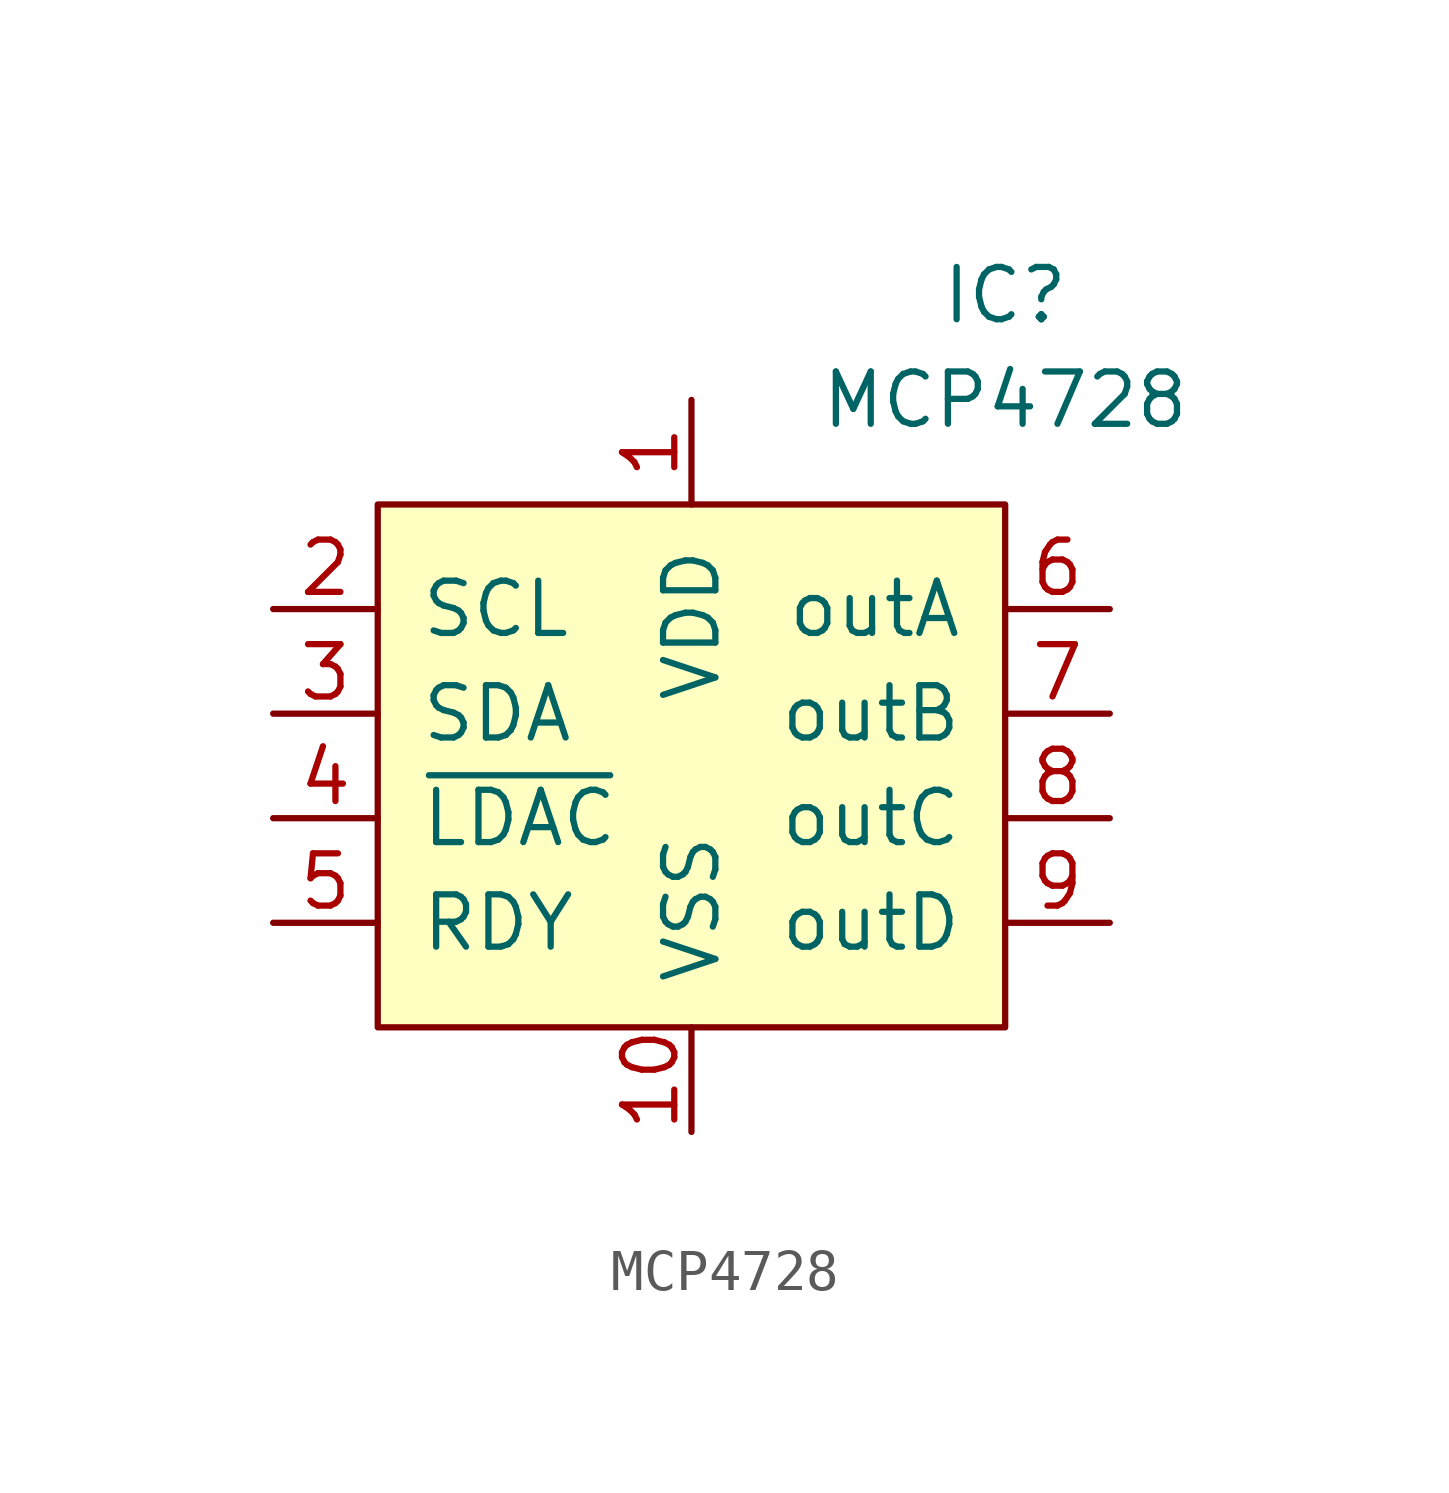
<source format=kicad_sym>
(kicad_symbol_lib
  (version 20211014)
  (generator kicad_symbol_editor)
  (symbol "MCP4728"
    (pin_names
      (offset 1.016))
    (property "Reference" "IC"
      (at 7.62 10.16 0)
      (effects (font (size 1.27 1.27))))
    (property "Value" "MCP4728"
      (at 7.62 7.62 0)
      (effects (font (size 1.27 1.27))))
    (symbol "MCP4728_0_1"
      (rectangle (start -7.62 5.08) (end 7.62 -7.62) (stroke (width 0) (type default) (color 0 0 0 0)) (fill (type background))))
    (symbol "MCP4728_1_1"
      (pin power_in line (at 0 7.62 270) (length 2.54) (name "VDD" (effects (font (size 1.27 1.27)))) (number "1" (effects (font (size 1.27 1.27)))))
      (pin power_out line (at 0 -10.16 90) (length 2.54) (name "VSS" (effects (font (size 1.27 1.27)))) (number "10" (effects (font (size 1.27 1.27)))))
      (pin input line (at -10.16 2.54 0) (length 2.54) (name "SCL" (effects (font (size 1.27 1.27)))) (number "2" (effects (font (size 1.27 1.27)))))
      (pin bidirectional line (at -10.16 0 0) (length 2.54) (name "SDA" (effects (font (size 1.27 1.27)))) (number "3" (effects (font (size 1.27 1.27)))))
      (pin input line (at -10.16 -2.54 0) (length 2.54) (name "~{LDAC}" (effects (font (size 1.27 1.27)))) (number "4" (effects (font (size 1.27 1.27)))))
      (pin output line (at -10.16 -5.08 0) (length 2.54) (name "RDY" (effects (font (size 1.27 1.27)))) (number "5" (effects (font (size 1.27 1.27)))))
      (pin output line (at 10.16 2.54 180) (length 2.54) (name "outA" (effects (font (size 1.27 1.27)))) (number "6" (effects (font (size 1.27 1.27)))))
      (pin output line (at 10.16 0 180) (length 2.54) (name "outB" (effects (font (size 1.27 1.27)))) (number "7" (effects (font (size 1.27 1.27)))))
      (pin output line (at 10.16 -2.54 180) (length 2.54) (name "outC" (effects (font (size 1.27 1.27)))) (number "8" (effects (font (size 1.27 1.27)))))
      (pin output line (at 10.16 -5.08 180) (length 2.54) (name "outD" (effects (font (size 1.27 1.27)))) (number "9" (effects (font (size 1.27 1.27))))))))
</source>
